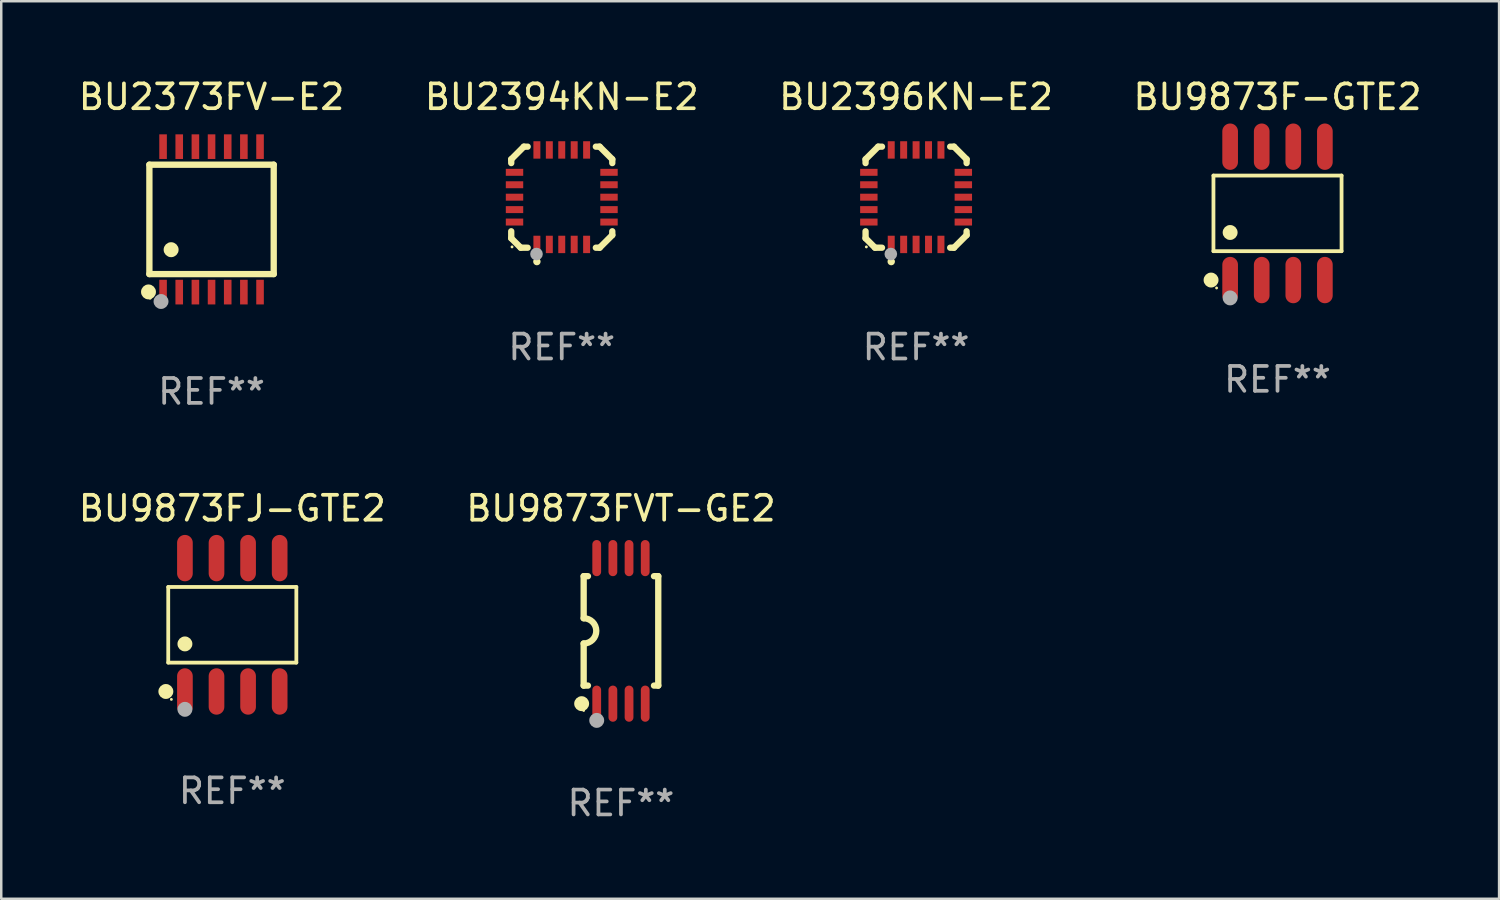
<source format=kicad_pcb>
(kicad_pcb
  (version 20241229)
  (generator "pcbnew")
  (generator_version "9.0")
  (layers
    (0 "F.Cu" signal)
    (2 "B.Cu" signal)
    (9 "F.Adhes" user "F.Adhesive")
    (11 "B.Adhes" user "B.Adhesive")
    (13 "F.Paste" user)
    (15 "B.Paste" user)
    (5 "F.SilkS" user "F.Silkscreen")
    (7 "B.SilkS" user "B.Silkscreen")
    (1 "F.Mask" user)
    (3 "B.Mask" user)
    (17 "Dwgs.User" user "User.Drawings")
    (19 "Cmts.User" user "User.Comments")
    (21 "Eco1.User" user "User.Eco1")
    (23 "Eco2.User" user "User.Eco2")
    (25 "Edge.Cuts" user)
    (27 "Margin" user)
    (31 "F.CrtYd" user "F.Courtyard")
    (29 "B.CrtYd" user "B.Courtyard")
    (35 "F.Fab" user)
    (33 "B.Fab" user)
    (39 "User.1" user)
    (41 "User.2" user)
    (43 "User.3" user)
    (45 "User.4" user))
  (footprint "BU9873FJ-GTE2"
    (layer "F.Cu")
    (at 6.292 22.077)
    (property "Reference" "BU9873FJ-GTE2" (at 0 -4.682 0) (layer "F.SilkS") (effects (font (size 1 1) (thickness 0.15))))
    (attr through_hole)
    (fp_line (start -2.576 -1.521) (end 2.576 -1.521) (stroke (width 0.152) (type solid)) (layer "F.SilkS"))
    (fp_line (start -2.576 1.521) (end -2.576 -1.521) (stroke (width 0.152) (type solid)) (layer "F.SilkS"))
    (fp_line (start 2.576 -1.521) (end 2.576 1.521) (stroke (width 0.152) (type solid)) (layer "F.SilkS"))
    (fp_line (start 2.576 1.521) (end -2.576 1.521) (stroke (width 0.152) (type solid)) (layer "F.SilkS"))
    (fp_circle (center -2.672 2.682) (end -2.522 2.682) (stroke (width 0.3) (type solid)) (fill no) (layer "F.SilkS"))
    (fp_circle (center -2.45 3) (end -2.42 3) (stroke (width 0.06) (type solid)) (fill no) (layer "F.SilkS"))
    (fp_circle (center -1.905 0.769) (end -1.755 0.769) (stroke (width 0.3) (type solid)) (fill no) (layer "F.SilkS"))
    (fp_circle (center -1.905 3.4) (end -1.755 3.4) (stroke (width 0.3) (type solid)) (fill no) (layer "F.Fab"))
    (fp_text user "REF**" (at 0 6.682 0) (layer "F.Fab") (effects (font (size 1 1) (thickness 0.15))))
    (pad "1" smd oval (at -1.905 2.682) (size 0.63 1.865) (layers "F.Cu" "F.Mask" "F.Paste"))
    (pad "2" smd oval (at -0.635 2.682) (size 0.63 1.865) (layers "F.Cu" "F.Mask" "F.Paste"))
    (pad "3" smd oval (at 0.635 2.682) (size 0.63 1.865) (layers "F.Cu" "F.Mask" "F.Paste"))
    (pad "4" smd oval (at 1.905 2.682) (size 0.63 1.865) (layers "F.Cu" "F.Mask" "F.Paste"))
    (pad "5" smd oval (at 1.905 -2.682) (size 0.63 1.865) (layers "F.Cu" "F.Mask" "F.Paste"))
    (pad "6" smd oval (at 0.635 -2.682) (size 0.63 1.865) (layers "F.Cu" "F.Mask" "F.Paste"))
    (pad "7" smd oval (at -0.635 -2.682) (size 0.63 1.865) (layers "F.Cu" "F.Mask" "F.Paste"))
    (pad "8" smd oval (at -1.905 -2.682) (size 0.63 1.865) (layers "F.Cu" "F.Mask" "F.Paste")))
  (footprint "BU2396KN-E2"
    (layer "F.Cu")
    (at 33.792 4.88)
    (property "Reference" "BU2396KN-E2" (at 0 -4.032 0) (layer "F.SilkS") (effects (font (size 1 1) (thickness 0.15))))
    (attr through_hole)
    (fp_line (start -2.032 -1.524) (end -1.524 -2.032) (stroke (width 0.254) (type solid)) (layer "F.SilkS"))
    (fp_line (start -2.032 -1.371) (end -2.032 -1.524) (stroke (width 0.254) (type solid)) (layer "F.SilkS"))
    (fp_line (start -2.032 1.651) (end -2.032 1.371) (stroke (width 0.254) (type solid)) (layer "F.SilkS"))
    (fp_line (start -1.651 2.032) (end -2.032 1.651) (stroke (width 0.254) (type solid)) (layer "F.SilkS"))
    (fp_line (start -1.524 -2.032) (end -1.371 -2.032) (stroke (width 0.254) (type solid)) (layer "F.SilkS"))
    (fp_line (start -1.371 2.032) (end -1.651 2.032) (stroke (width 0.254) (type solid)) (layer "F.SilkS"))
    (fp_line (start 1.371 -2.032) (end 1.524 -2.032) (stroke (width 0.254) (type solid)) (layer "F.SilkS"))
    (fp_line (start 1.524 -2.032) (end 2.032 -1.524) (stroke (width 0.254) (type solid)) (layer "F.SilkS"))
    (fp_line (start 1.524 2.032) (end 1.371 2.032) (stroke (width 0.254) (type solid)) (layer "F.SilkS"))
    (fp_line (start 2.032 -1.524) (end 2.032 -1.371) (stroke (width 0.254) (type solid)) (layer "F.SilkS"))
    (fp_line (start 2.032 1.371) (end 2.032 1.524) (stroke (width 0.254) (type solid)) (layer "F.SilkS"))
    (fp_line (start 2.032 1.524) (end 1.524 2.032) (stroke (width 0.254) (type solid)) (layer "F.SilkS"))
    (fp_circle (center -2 2) (end -1.97 2) (stroke (width 0.06) (type solid)) (fill no) (layer "F.SilkS"))
    (fp_circle (center -1 2.59) (end -0.925 2.59) (stroke (width 0.15) (type solid)) (fill no) (layer "F.SilkS"))
    (fp_circle (center -1.016 2.286) (end -0.889 2.286) (stroke (width 0.254) (type solid)) (fill no) (layer "F.Fab"))
    (fp_text user "REF**" (at 0 6.032 0) (layer "F.Fab") (effects (font (size 1 1) (thickness 0.15))))
    (pad "1" smd rect (at -1 1.9 90) (size 0.7 0.28) (layers "F.Cu" "F.Mask" "F.Paste"))
    (pad "2" smd rect (at -0.5 1.9 90) (size 0.7 0.28) (layers "F.Cu" "F.Mask" "F.Paste"))
    (pad "3" smd rect (at -0.000051 1.9 90) (size 0.7 0.28) (layers "F.Cu" "F.Mask" "F.Paste"))
    (pad "4" smd rect (at 0.5 1.9 90) (size 0.7 0.28) (layers "F.Cu" "F.Mask" "F.Paste"))
    (pad "5" smd rect (at 1 1.9 90) (size 0.7 0.28) (layers "F.Cu" "F.Mask" "F.Paste"))
    (pad "6" smd rect (at 1.9 1 90) (size 0.28 0.7) (layers "F.Cu" "F.Mask" "F.Paste"))
    (pad "7" smd rect (at 1.9 0.5 90) (size 0.28 0.7) (layers "F.Cu" "F.Mask" "F.Paste"))
    (pad "8" smd rect (at 1.9 -0.000051 90) (size 0.28 0.7) (layers "F.Cu" "F.Mask" "F.Paste"))
    (pad "9" smd rect (at 1.9 -0.5 90) (size 0.28 0.7) (layers "F.Cu" "F.Mask" "F.Paste"))
    (pad "10" smd rect (at 1.9 -1 90) (size 0.28 0.7) (layers "F.Cu" "F.Mask" "F.Paste"))
    (pad "11" smd rect (at 1 -1.9 90) (size 0.7 0.28) (layers "F.Cu" "F.Mask" "F.Paste"))
    (pad "12" smd rect (at 0.5 -1.9 90) (size 0.7 0.28) (layers "F.Cu" "F.Mask" "F.Paste"))
    (pad "13" smd rect (at -0.000051 -1.9 90) (size 0.7 0.28) (layers "F.Cu" "F.Mask" "F.Paste"))
    (pad "14" smd rect (at -0.5 -1.9 90) (size 0.7 0.28) (layers "F.Cu" "F.Mask" "F.Paste"))
    (pad "15" smd rect (at -1 -1.9 90) (size 0.7 0.28) (layers "F.Cu" "F.Mask" "F.Paste"))
    (pad "16" smd rect (at -1.9 -1 90) (size 0.28 0.7) (layers "F.Cu" "F.Mask" "F.Paste"))
    (pad "17" smd rect (at -1.9 -0.5 90) (size 0.28 0.7) (layers "F.Cu" "F.Mask" "F.Paste"))
    (pad "18" smd rect (at -1.9 -0.000051 90) (size 0.28 0.7) (layers "F.Cu" "F.Mask" "F.Paste"))
    (pad "19" smd rect (at -1.9 0.5 90) (size 0.28 0.7) (layers "F.Cu" "F.Mask" "F.Paste"))
    (pad "20" smd rect (at -1.9 1 90) (size 0.28 0.7) (layers "F.Cu" "F.Mask" "F.Paste")))
  (footprint "BU2394KN-E2"
    (layer "F.Cu")
    (at 19.542 4.88)
    (property "Reference" "BU2394KN-E2" (at 0 -4.032 0) (layer "F.SilkS") (effects (font (size 1 1) (thickness 0.15))))
    (attr through_hole)
    (fp_line (start -2.032 -1.524) (end -1.524 -2.032) (stroke (width 0.254) (type solid)) (layer "F.SilkS"))
    (fp_line (start -2.032 -1.371) (end -2.032 -1.524) (stroke (width 0.254) (type solid)) (layer "F.SilkS"))
    (fp_line (start -2.032 1.651) (end -2.032 1.371) (stroke (width 0.254) (type solid)) (layer "F.SilkS"))
    (fp_line (start -1.651 2.032) (end -2.032 1.651) (stroke (width 0.254) (type solid)) (layer "F.SilkS"))
    (fp_line (start -1.524 -2.032) (end -1.371 -2.032) (stroke (width 0.254) (type solid)) (layer "F.SilkS"))
    (fp_line (start -1.371 2.032) (end -1.651 2.032) (stroke (width 0.254) (type solid)) (layer "F.SilkS"))
    (fp_line (start 1.371 -2.032) (end 1.524 -2.032) (stroke (width 0.254) (type solid)) (layer "F.SilkS"))
    (fp_line (start 1.524 -2.032) (end 2.032 -1.524) (stroke (width 0.254) (type solid)) (layer "F.SilkS"))
    (fp_line (start 1.524 2.032) (end 1.371 2.032) (stroke (width 0.254) (type solid)) (layer "F.SilkS"))
    (fp_line (start 2.032 -1.524) (end 2.032 -1.371) (stroke (width 0.254) (type solid)) (layer "F.SilkS"))
    (fp_line (start 2.032 1.371) (end 2.032 1.524) (stroke (width 0.254) (type solid)) (layer "F.SilkS"))
    (fp_line (start 2.032 1.524) (end 1.524 2.032) (stroke (width 0.254) (type solid)) (layer "F.SilkS"))
    (fp_circle (center -2 2) (end -1.97 2) (stroke (width 0.06) (type solid)) (fill no) (layer "F.SilkS"))
    (fp_circle (center -1 2.59) (end -0.925 2.59) (stroke (width 0.15) (type solid)) (fill no) (layer "F.SilkS"))
    (fp_circle (center -1.016 2.286) (end -0.889 2.286) (stroke (width 0.254) (type solid)) (fill no) (layer "F.Fab"))
    (fp_text user "REF**" (at 0 6.032 0) (layer "F.Fab") (effects (font (size 1 1) (thickness 0.15))))
    (pad "1" smd rect (at -1 1.9 90) (size 0.7 0.28) (layers "F.Cu" "F.Mask" "F.Paste"))
    (pad "2" smd rect (at -0.5 1.9 90) (size 0.7 0.28) (layers "F.Cu" "F.Mask" "F.Paste"))
    (pad "3" smd rect (at -0.000051 1.9 90) (size 0.7 0.28) (layers "F.Cu" "F.Mask" "F.Paste"))
    (pad "4" smd rect (at 0.5 1.9 90) (size 0.7 0.28) (layers "F.Cu" "F.Mask" "F.Paste"))
    (pad "5" smd rect (at 1 1.9 90) (size 0.7 0.28) (layers "F.Cu" "F.Mask" "F.Paste"))
    (pad "6" smd rect (at 1.9 1 90) (size 0.28 0.7) (layers "F.Cu" "F.Mask" "F.Paste"))
    (pad "7" smd rect (at 1.9 0.5 90) (size 0.28 0.7) (layers "F.Cu" "F.Mask" "F.Paste"))
    (pad "8" smd rect (at 1.9 -0.000051 90) (size 0.28 0.7) (layers "F.Cu" "F.Mask" "F.Paste"))
    (pad "9" smd rect (at 1.9 -0.5 90) (size 0.28 0.7) (layers "F.Cu" "F.Mask" "F.Paste"))
    (pad "10" smd rect (at 1.9 -1 90) (size 0.28 0.7) (layers "F.Cu" "F.Mask" "F.Paste"))
    (pad "11" smd rect (at 1 -1.9 90) (size 0.7 0.28) (layers "F.Cu" "F.Mask" "F.Paste"))
    (pad "12" smd rect (at 0.5 -1.9 90) (size 0.7 0.28) (layers "F.Cu" "F.Mask" "F.Paste"))
    (pad "13" smd rect (at -0.000051 -1.9 90) (size 0.7 0.28) (layers "F.Cu" "F.Mask" "F.Paste"))
    (pad "14" smd rect (at -0.5 -1.9 90) (size 0.7 0.28) (layers "F.Cu" "F.Mask" "F.Paste"))
    (pad "15" smd rect (at -1 -1.9 90) (size 0.7 0.28) (layers "F.Cu" "F.Mask" "F.Paste"))
    (pad "16" smd rect (at -1.9 -1 90) (size 0.28 0.7) (layers "F.Cu" "F.Mask" "F.Paste"))
    (pad "17" smd rect (at -1.9 -0.5 90) (size 0.28 0.7) (layers "F.Cu" "F.Mask" "F.Paste"))
    (pad "18" smd rect (at -1.9 -0.000051 90) (size 0.28 0.7) (layers "F.Cu" "F.Mask" "F.Paste"))
    (pad "19" smd rect (at -1.9 0.5 90) (size 0.28 0.7) (layers "F.Cu" "F.Mask" "F.Paste"))
    (pad "20" smd rect (at -1.9 1 90) (size 0.28 0.7) (layers "F.Cu" "F.Mask" "F.Paste")))
  (footprint "BU9873F-GTE2"
    (layer "F.Cu")
    (at 48.327 5.531)
    (property "Reference" "BU9873F-GTE2" (at 0 -4.682 0) (layer "F.SilkS") (effects (font (size 1 1) (thickness 0.15))))
    (attr through_hole)
    (fp_line (start -2.576 -1.521) (end 2.576 -1.521) (stroke (width 0.152) (type solid)) (layer "F.SilkS"))
    (fp_line (start -2.576 1.521) (end -2.576 -1.521) (stroke (width 0.152) (type solid)) (layer "F.SilkS"))
    (fp_line (start 2.576 -1.521) (end 2.576 1.521) (stroke (width 0.152) (type solid)) (layer "F.SilkS"))
    (fp_line (start 2.576 1.521) (end -2.576 1.521) (stroke (width 0.152) (type solid)) (layer "F.SilkS"))
    (fp_circle (center -2.672 2.682) (end -2.522 2.682) (stroke (width 0.3) (type solid)) (fill no) (layer "F.SilkS"))
    (fp_circle (center -2.45 3) (end -2.42 3) (stroke (width 0.06) (type solid)) (fill no) (layer "F.SilkS"))
    (fp_circle (center -1.905 0.769) (end -1.755 0.769) (stroke (width 0.3) (type solid)) (fill no) (layer "F.SilkS"))
    (fp_circle (center -1.905 3.4) (end -1.755 3.4) (stroke (width 0.3) (type solid)) (fill no) (layer "F.Fab"))
    (fp_text user "REF**" (at 0 6.682 0) (layer "F.Fab") (effects (font (size 1 1) (thickness 0.15))))
    (pad "1" smd oval (at -1.905 2.682) (size 0.63 1.865) (layers "F.Cu" "F.Mask" "F.Paste"))
    (pad "2" smd oval (at -0.635 2.682) (size 0.63 1.865) (layers "F.Cu" "F.Mask" "F.Paste"))
    (pad "3" smd oval (at 0.635 2.682) (size 0.63 1.865) (layers "F.Cu" "F.Mask" "F.Paste"))
    (pad "4" smd oval (at 1.905 2.682) (size 0.63 1.865) (layers "F.Cu" "F.Mask" "F.Paste"))
    (pad "5" smd oval (at 1.905 -2.682) (size 0.63 1.865) (layers "F.Cu" "F.Mask" "F.Paste"))
    (pad "6" smd oval (at 0.635 -2.682) (size 0.63 1.865) (layers "F.Cu" "F.Mask" "F.Paste"))
    (pad "7" smd oval (at -0.635 -2.682) (size 0.63 1.865) (layers "F.Cu" "F.Mask" "F.Paste"))
    (pad "8" smd oval (at -1.905 -2.682) (size 0.63 1.865) (layers "F.Cu" "F.Mask" "F.Paste")))
  (footprint "BU9873FVT-GE2"
    (layer "F.Cu")
    (at 21.923 22.322)
    (property "Reference" "BU9873FVT-GE2" (at 0 -4.927 0) (layer "F.SilkS") (effects (font (size 1 1) (thickness 0.15))))
    (attr through_hole)
    (fp_line (start -1.5 -2.2) (end -1.5 -0.508) (stroke (width 0.254) (type solid)) (layer "F.SilkS"))
    (fp_line (start -1.5 -2.2) (end -1.328 -2.2) (stroke (width 0.254) (type solid)) (layer "F.SilkS"))
    (fp_line (start -1.5 2.2) (end -1.5 0.508) (stroke (width 0.254) (type solid)) (layer "F.SilkS"))
    (fp_line (start -1.5 2.2) (end -1.328 2.2) (stroke (width 0.254) (type solid)) (layer "F.SilkS"))
    (fp_line (start 1.328 -2.2) (end 1.5 -2.2) (stroke (width 0.254) (type solid)) (layer "F.SilkS"))
    (fp_line (start 1.328 2.2) (end 1.5 2.2) (stroke (width 0.254) (type solid)) (layer "F.SilkS"))
    (fp_line (start 1.5 -2.2) (end 1.5 2.2) (stroke (width 0.254) (type solid)) (layer "F.SilkS"))
    (fp_arc (start -1.501144 -0.508) (mid -0.993143 -0.000571) (end -1.5 0.508001) (stroke (width 0.254001) (type solid)) (layer "F.SilkS"))
    (fp_circle (center -1.581 2.927) (end -1.431 2.927) (stroke (width 0.3) (type solid)) (fill no) (layer "F.SilkS"))
    (fp_circle (center -1.5 3.2) (end -1.47 3.2) (stroke (width 0.06) (type solid)) (fill no) (layer "F.SilkS"))
    (fp_circle (center -0.975 3.6) (end -0.825 3.6) (stroke (width 0.3) (type solid)) (fill no) (layer "F.Fab"))
    (fp_text user "REF**" (at 0 6.927 0) (layer "F.Fab") (effects (font (size 1 1) (thickness 0.15))))
    (pad "1" smd oval (at -0.975 2.927) (size 0.353 1.454) (layers "F.Cu" "F.Mask" "F.Paste"))
    (pad "2" smd oval (at -0.325 2.927) (size 0.353 1.454) (layers "F.Cu" "F.Mask" "F.Paste"))
    (pad "3" smd oval (at 0.325 2.927) (size 0.353 1.454) (layers "F.Cu" "F.Mask" "F.Paste"))
    (pad "4" smd oval (at 0.975 2.927) (size 0.353 1.454) (layers "F.Cu" "F.Mask" "F.Paste"))
    (pad "5" smd oval (at 0.975 -2.927) (size 0.353 1.454) (layers "F.Cu" "F.Mask" "F.Paste"))
    (pad "6" smd oval (at 0.325 -2.927) (size 0.353 1.454) (layers "F.Cu" "F.Mask" "F.Paste"))
    (pad "7" smd oval (at -0.325 -2.927) (size 0.353 1.454) (layers "F.Cu" "F.Mask" "F.Paste"))
    (pad "8" smd oval (at -0.975 -2.927) (size 0.353 1.454) (layers "F.Cu" "F.Mask" "F.Paste")))
  (footprint "BU2373FV-E2"
    (layer "F.Cu")
    (at 5.458 5.773)
    (property "Reference" "BU2373FV-E2" (at 0 -4.925 0) (layer "F.SilkS") (effects (font (size 1 1) (thickness 0.15))))
    (attr through_hole)
    (fp_line (start -2.5 2.2) (end -2.5 -2.2) (stroke (width 0.254) (type solid)) (layer "F.SilkS"))
    (fp_line (start -2.5 2.2) (end 2.5 2.2) (stroke (width 0.254) (type solid)) (layer "F.SilkS"))
    (fp_line (start 2.5 -2.2) (end -2.5 -2.2) (stroke (width 0.254) (type solid)) (layer "F.SilkS"))
    (fp_line (start 2.5 -2.2) (end 2.5 2.2) (stroke (width 0.254) (type solid)) (layer "F.SilkS"))
    (fp_circle (center -2.536 2.917) (end -2.386 2.917) (stroke (width 0.3) (type solid)) (fill no) (layer "F.SilkS"))
    (fp_circle (center -2.47 3.17) (end -2.44 3.17) (stroke (width 0.06) (type solid)) (fill no) (layer "F.SilkS"))
    (fp_circle (center -1.626 1.219) (end -1.475 1.219) (stroke (width 0.3) (type solid)) (fill no) (layer "F.SilkS"))
    (fp_circle (center -2.032 3.302) (end -1.882 3.302) (stroke (width 0.3) (type solid)) (fill no) (layer "F.Fab"))
    (fp_text user "REF**" (at 0 6.925 0) (layer "F.Fab") (effects (font (size 1 1) (thickness 0.15))))
    (pad "1" smd rect (at -1.95 2.925) (size 0.305 0.991) (layers "F.Cu" "F.Mask" "F.Paste"))
    (pad "2" smd rect (at -1.3 2.925) (size 0.305 0.991) (layers "F.Cu" "F.Mask" "F.Paste"))
    (pad "3" smd rect (at -0.65 2.925) (size 0.305 0.991) (layers "F.Cu" "F.Mask" "F.Paste"))
    (pad "4" smd rect (at 0 2.925) (size 0.305 0.991) (layers "F.Cu" "F.Mask" "F.Paste"))
    (pad "5" smd rect (at 0.65 2.925) (size 0.305 0.991) (layers "F.Cu" "F.Mask" "F.Paste"))
    (pad "6" smd rect (at 1.3 2.925) (size 0.305 0.991) (layers "F.Cu" "F.Mask" "F.Paste"))
    (pad "7" smd rect (at 1.95 2.925) (size 0.305 0.991) (layers "F.Cu" "F.Mask" "F.Paste"))
    (pad "8" smd rect (at 1.95 -2.925) (size 0.305 0.991) (layers "F.Cu" "F.Mask" "F.Paste"))
    (pad "9" smd rect (at 1.3 -2.925) (size 0.305 0.991) (layers "F.Cu" "F.Mask" "F.Paste"))
    (pad "10" smd rect (at 0.65 -2.925) (size 0.305 0.991) (layers "F.Cu" "F.Mask" "F.Paste"))
    (pad "11" smd rect (at 0 -2.925) (size 0.305 0.991) (layers "F.Cu" "F.Mask" "F.Paste"))
    (pad "12" smd rect (at -0.65 -2.925) (size 0.305 0.991) (layers "F.Cu" "F.Mask" "F.Paste"))
    (pad "13" smd rect (at -1.3 -2.925) (size 0.305 0.991) (layers "F.Cu" "F.Mask" "F.Paste"))
    (pad "14" smd rect (at -1.95 -2.925) (size 0.305 0.991) (layers "F.Cu" "F.Mask" "F.Paste")))
  (gr_rect
    (start -3 -3)
    (end 57.238 33.097)
    (stroke (width 0.1) (type default))
    (fill no)
    (layer "Edge.Cuts")))
</source>
